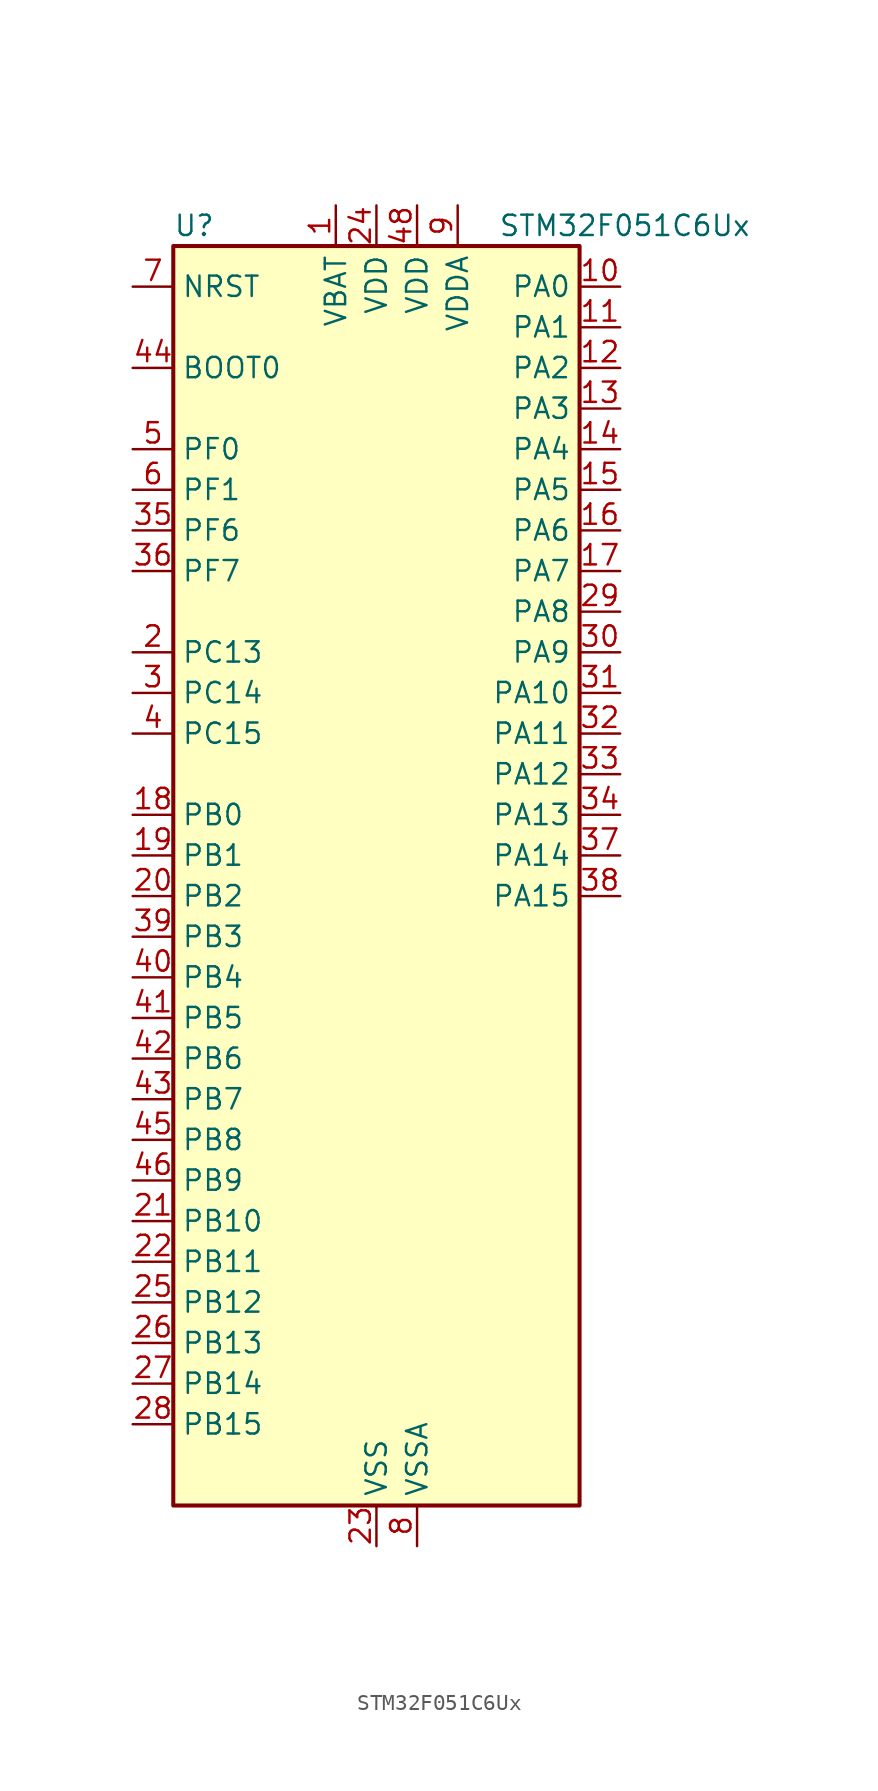
<source format=kicad_sym>
(kicad_symbol_lib
  (version 20231120)
  (generator "kicad_symbol_editor")
  (generator_version "8.0")
  (symbol "STM32F051C6Ux"
    (property "Reference" "U"
      (at -12.7 41.91 0)
      (effects (font (size 1.27 1.27)) (justify left)))
    (property "Value" "STM32F051C6Ux"
      (at 7.62 41.91 0)
      (effects (font (size 1.27 1.27)) (justify left)))
    (property "ki_locked" ""
      (at 0 0 0)
      (effects (font (size 1.27 1.27))))
    (symbol "STM32F051C6Ux_0_1"
      (rectangle (start -12.7 -38.1) (end 12.7 40.64) (stroke (width 0.254) (type default)) (fill (type background))))
    (symbol "STM32F051C6Ux_1_1"
      (pin power_in line (at -2.54 43.18 270) (length 2.54) (name "VBAT" (effects (font (size 1.27 1.27)))) (number "1" (effects (font (size 1.27 1.27)))))
      (pin bidirectional line (at 15.24 38.1 180) (length 2.54) (name "PA0" (effects (font (size 1.27 1.27)))) (number "10" (effects (font (size 1.27 1.27)))) (alternate "ADC_IN0" bidirectional line) (alternate "COMP1_INM" bidirectional line) (alternate "COMP1_OUT" bidirectional line) (alternate "RTC_TAMP2" bidirectional line) (alternate "SYS_WKUP1" bidirectional line) (alternate "TIM2_CH1" bidirectional line) (alternate "TIM2_ETR" bidirectional line) (alternate "TSC_G1_IO1" bidirectional line) (alternate "USART2_CTS" bidirectional line))
      (pin bidirectional line (at 15.24 35.56 180) (length 2.54) (name "PA1" (effects (font (size 1.27 1.27)))) (number "11" (effects (font (size 1.27 1.27)))) (alternate "ADC_IN1" bidirectional line) (alternate "COMP1_INP" bidirectional line) (alternate "TIM2_CH2" bidirectional line) (alternate "TSC_G1_IO2" bidirectional line) (alternate "USART2_DE" bidirectional line) (alternate "USART2_RTS" bidirectional line))
      (pin bidirectional line (at 15.24 33.02 180) (length 2.54) (name "PA2" (effects (font (size 1.27 1.27)))) (number "12" (effects (font (size 1.27 1.27)))) (alternate "ADC_IN2" bidirectional line) (alternate "COMP2_INM" bidirectional line) (alternate "COMP2_OUT" bidirectional line) (alternate "TIM15_CH1" bidirectional line) (alternate "TIM2_CH3" bidirectional line) (alternate "TSC_G1_IO3" bidirectional line) (alternate "USART2_TX" bidirectional line))
      (pin bidirectional line (at 15.24 30.48 180) (length 2.54) (name "PA3" (effects (font (size 1.27 1.27)))) (number "13" (effects (font (size 1.27 1.27)))) (alternate "ADC_IN3" bidirectional line) (alternate "COMP2_INP" bidirectional line) (alternate "TIM15_CH2" bidirectional line) (alternate "TIM2_CH4" bidirectional line) (alternate "TSC_G1_IO4" bidirectional line) (alternate "USART2_RX" bidirectional line))
      (pin bidirectional line (at 15.24 27.94 180) (length 2.54) (name "PA4" (effects (font (size 1.27 1.27)))) (number "14" (effects (font (size 1.27 1.27)))) (alternate "ADC_IN4" bidirectional line) (alternate "COMP1_INM" bidirectional line) (alternate "COMP2_INM" bidirectional line) (alternate "DAC1_OUT1" bidirectional line) (alternate "I2S1_WS" bidirectional line) (alternate "SPI1_NSS" bidirectional line) (alternate "TIM14_CH1" bidirectional line) (alternate "TSC_G2_IO1" bidirectional line) (alternate "USART2_CK" bidirectional line))
      (pin bidirectional line (at 15.24 25.4 180) (length 2.54) (name "PA5" (effects (font (size 1.27 1.27)))) (number "15" (effects (font (size 1.27 1.27)))) (alternate "ADC_IN5" bidirectional line) (alternate "CEC" bidirectional line) (alternate "COMP1_INM" bidirectional line) (alternate "COMP2_INM" bidirectional line) (alternate "I2S1_CK" bidirectional line) (alternate "SPI1_SCK" bidirectional line) (alternate "TIM2_CH1" bidirectional line) (alternate "TIM2_ETR" bidirectional line) (alternate "TSC_G2_IO2" bidirectional line))
      (pin bidirectional line (at 15.24 22.86 180) (length 2.54) (name "PA6" (effects (font (size 1.27 1.27)))) (number "16" (effects (font (size 1.27 1.27)))) (alternate "ADC_IN6" bidirectional line) (alternate "COMP1_OUT" bidirectional line) (alternate "I2S1_MCK" bidirectional line) (alternate "SPI1_MISO" bidirectional line) (alternate "TIM16_CH1" bidirectional line) (alternate "TIM1_BKIN" bidirectional line) (alternate "TIM3_CH1" bidirectional line) (alternate "TSC_G2_IO3" bidirectional line))
      (pin bidirectional line (at 15.24 20.32 180) (length 2.54) (name "PA7" (effects (font (size 1.27 1.27)))) (number "17" (effects (font (size 1.27 1.27)))) (alternate "ADC_IN7" bidirectional line) (alternate "COMP2_OUT" bidirectional line) (alternate "I2S1_SD" bidirectional line) (alternate "SPI1_MOSI" bidirectional line) (alternate "TIM14_CH1" bidirectional line) (alternate "TIM17_CH1" bidirectional line) (alternate "TIM1_CH1N" bidirectional line) (alternate "TIM3_CH2" bidirectional line) (alternate "TSC_G2_IO4" bidirectional line))
      (pin bidirectional line (at -15.24 5.08 0) (length 2.54) (name "PB0" (effects (font (size 1.27 1.27)))) (number "18" (effects (font (size 1.27 1.27)))) (alternate "ADC_IN8" bidirectional line) (alternate "TIM1_CH2N" bidirectional line) (alternate "TIM3_CH3" bidirectional line) (alternate "TSC_G3_IO2" bidirectional line))
      (pin bidirectional line (at -15.24 2.54 0) (length 2.54) (name "PB1" (effects (font (size 1.27 1.27)))) (number "19" (effects (font (size 1.27 1.27)))) (alternate "ADC_IN9" bidirectional line) (alternate "TIM14_CH1" bidirectional line) (alternate "TIM1_CH3N" bidirectional line) (alternate "TIM3_CH4" bidirectional line) (alternate "TSC_G3_IO3" bidirectional line))
      (pin bidirectional line (at -15.24 15.24 0) (length 2.54) (name "PC13" (effects (font (size 1.27 1.27)))) (number "2" (effects (font (size 1.27 1.27)))) (alternate "RTC_OUT_ALARM" bidirectional line) (alternate "RTC_OUT_CALIB" bidirectional line) (alternate "RTC_TAMP1" bidirectional line) (alternate "RTC_TS" bidirectional line) (alternate "SYS_WKUP2" bidirectional line))
      (pin bidirectional line (at -15.24 0 0) (length 2.54) (name "PB2" (effects (font (size 1.27 1.27)))) (number "20" (effects (font (size 1.27 1.27)))) (alternate "TSC_G3_IO4" bidirectional line))
      (pin bidirectional line (at -15.24 -20.32 0) (length 2.54) (name "PB10" (effects (font (size 1.27 1.27)))) (number "21" (effects (font (size 1.27 1.27)))) (alternate "CEC" bidirectional line) (alternate "TIM2_CH3" bidirectional line) (alternate "TSC_SYNC" bidirectional line))
      (pin bidirectional line (at -15.24 -22.86 0) (length 2.54) (name "PB11" (effects (font (size 1.27 1.27)))) (number "22" (effects (font (size 1.27 1.27)))) (alternate "TIM2_CH4" bidirectional line) (alternate "TSC_G6_IO1" bidirectional line))
      (pin power_in line (at 0 -40.64 90) (length 2.54) (name "VSS" (effects (font (size 1.27 1.27)))) (number "23" (effects (font (size 1.27 1.27)))))
      (pin power_in line (at 0 43.18 270) (length 2.54) (name "VDD" (effects (font (size 1.27 1.27)))) (number "24" (effects (font (size 1.27 1.27)))))
      (pin bidirectional line (at -15.24 -25.4 0) (length 2.54) (name "PB12" (effects (font (size 1.27 1.27)))) (number "25" (effects (font (size 1.27 1.27)))) (alternate "TIM1_BKIN" bidirectional line) (alternate "TSC_G6_IO2" bidirectional line))
      (pin bidirectional line (at -15.24 -27.94 0) (length 2.54) (name "PB13" (effects (font (size 1.27 1.27)))) (number "26" (effects (font (size 1.27 1.27)))) (alternate "TIM1_CH1N" bidirectional line) (alternate "TSC_G6_IO3" bidirectional line))
      (pin bidirectional line (at -15.24 -30.48 0) (length 2.54) (name "PB14" (effects (font (size 1.27 1.27)))) (number "27" (effects (font (size 1.27 1.27)))) (alternate "TIM15_CH1" bidirectional line) (alternate "TIM1_CH2N" bidirectional line) (alternate "TSC_G6_IO4" bidirectional line))
      (pin bidirectional line (at -15.24 -33.02 0) (length 2.54) (name "PB15" (effects (font (size 1.27 1.27)))) (number "28" (effects (font (size 1.27 1.27)))) (alternate "RTC_REFIN" bidirectional line) (alternate "TIM15_CH1N" bidirectional line) (alternate "TIM15_CH2" bidirectional line) (alternate "TIM1_CH3N" bidirectional line))
      (pin bidirectional line (at 15.24 17.78 180) (length 2.54) (name "PA8" (effects (font (size 1.27 1.27)))) (number "29" (effects (font (size 1.27 1.27)))) (alternate "RCC_MCO" bidirectional line) (alternate "TIM1_CH1" bidirectional line) (alternate "USART1_CK" bidirectional line))
      (pin bidirectional line (at -15.24 12.7 0) (length 2.54) (name "PC14" (effects (font (size 1.27 1.27)))) (number "3" (effects (font (size 1.27 1.27)))) (alternate "RCC_OSC32_IN" bidirectional line))
      (pin bidirectional line (at 15.24 15.24 180) (length 2.54) (name "PA9" (effects (font (size 1.27 1.27)))) (number "30" (effects (font (size 1.27 1.27)))) (alternate "DAC1_EXTI9" bidirectional line) (alternate "TIM15_BKIN" bidirectional line) (alternate "TIM1_CH2" bidirectional line) (alternate "TSC_G4_IO1" bidirectional line) (alternate "USART1_TX" bidirectional line))
      (pin bidirectional line (at 15.24 12.7 180) (length 2.54) (name "PA10" (effects (font (size 1.27 1.27)))) (number "31" (effects (font (size 1.27 1.27)))) (alternate "TIM17_BKIN" bidirectional line) (alternate "TIM1_CH3" bidirectional line) (alternate "TSC_G4_IO2" bidirectional line) (alternate "USART1_RX" bidirectional line))
      (pin bidirectional line (at 15.24 10.16 180) (length 2.54) (name "PA11" (effects (font (size 1.27 1.27)))) (number "32" (effects (font (size 1.27 1.27)))) (alternate "COMP1_OUT" bidirectional line) (alternate "TIM1_CH4" bidirectional line) (alternate "TSC_G4_IO3" bidirectional line) (alternate "USART1_CTS" bidirectional line))
      (pin bidirectional line (at 15.24 7.62 180) (length 2.54) (name "PA12" (effects (font (size 1.27 1.27)))) (number "33" (effects (font (size 1.27 1.27)))) (alternate "COMP2_OUT" bidirectional line) (alternate "TIM1_ETR" bidirectional line) (alternate "TSC_G4_IO4" bidirectional line) (alternate "USART1_DE" bidirectional line) (alternate "USART1_RTS" bidirectional line))
      (pin bidirectional line (at 15.24 5.08 180) (length 2.54) (name "PA13" (effects (font (size 1.27 1.27)))) (number "34" (effects (font (size 1.27 1.27)))) (alternate "IR_OUT" bidirectional line) (alternate "SYS_SWDIO" bidirectional line))
      (pin bidirectional line (at -15.24 22.86 0) (length 2.54) (name "PF6" (effects (font (size 1.27 1.27)))) (number "35" (effects (font (size 1.27 1.27)))))
      (pin bidirectional line (at -15.24 20.32 0) (length 2.54) (name "PF7" (effects (font (size 1.27 1.27)))) (number "36" (effects (font (size 1.27 1.27)))))
      (pin bidirectional line (at 15.24 2.54 180) (length 2.54) (name "PA14" (effects (font (size 1.27 1.27)))) (number "37" (effects (font (size 1.27 1.27)))) (alternate "SYS_SWCLK" bidirectional line) (alternate "USART2_TX" bidirectional line))
      (pin bidirectional line (at 15.24 0 180) (length 2.54) (name "PA15" (effects (font (size 1.27 1.27)))) (number "38" (effects (font (size 1.27 1.27)))) (alternate "I2S1_WS" bidirectional line) (alternate "SPI1_NSS" bidirectional line) (alternate "TIM2_CH1" bidirectional line) (alternate "TIM2_ETR" bidirectional line) (alternate "USART2_RX" bidirectional line))
      (pin bidirectional line (at -15.24 -2.54 0) (length 2.54) (name "PB3" (effects (font (size 1.27 1.27)))) (number "39" (effects (font (size 1.27 1.27)))) (alternate "I2S1_CK" bidirectional line) (alternate "SPI1_SCK" bidirectional line) (alternate "TIM2_CH2" bidirectional line) (alternate "TSC_G5_IO1" bidirectional line))
      (pin bidirectional line (at -15.24 10.16 0) (length 2.54) (name "PC15" (effects (font (size 1.27 1.27)))) (number "4" (effects (font (size 1.27 1.27)))) (alternate "RCC_OSC32_OUT" bidirectional line))
      (pin bidirectional line (at -15.24 -5.08 0) (length 2.54) (name "PB4" (effects (font (size 1.27 1.27)))) (number "40" (effects (font (size 1.27 1.27)))) (alternate "I2S1_MCK" bidirectional line) (alternate "SPI1_MISO" bidirectional line) (alternate "TIM3_CH1" bidirectional line) (alternate "TSC_G5_IO2" bidirectional line))
      (pin bidirectional line (at -15.24 -7.62 0) (length 2.54) (name "PB5" (effects (font (size 1.27 1.27)))) (number "41" (effects (font (size 1.27 1.27)))) (alternate "I2C1_SMBA" bidirectional line) (alternate "I2S1_SD" bidirectional line) (alternate "SPI1_MOSI" bidirectional line) (alternate "TIM16_BKIN" bidirectional line) (alternate "TIM3_CH2" bidirectional line))
      (pin bidirectional line (at -15.24 -10.16 0) (length 2.54) (name "PB6" (effects (font (size 1.27 1.27)))) (number "42" (effects (font (size 1.27 1.27)))) (alternate "I2C1_SCL" bidirectional line) (alternate "TIM16_CH1N" bidirectional line) (alternate "TSC_G5_IO3" bidirectional line) (alternate "USART1_TX" bidirectional line))
      (pin bidirectional line (at -15.24 -12.7 0) (length 2.54) (name "PB7" (effects (font (size 1.27 1.27)))) (number "43" (effects (font (size 1.27 1.27)))) (alternate "I2C1_SDA" bidirectional line) (alternate "TIM17_CH1N" bidirectional line) (alternate "TSC_G5_IO4" bidirectional line) (alternate "USART1_RX" bidirectional line))
      (pin input line (at -15.24 33.02 0) (length 2.54) (name "BOOT0" (effects (font (size 1.27 1.27)))) (number "44" (effects (font (size 1.27 1.27)))))
      (pin bidirectional line (at -15.24 -15.24 0) (length 2.54) (name "PB8" (effects (font (size 1.27 1.27)))) (number "45" (effects (font (size 1.27 1.27)))) (alternate "CEC" bidirectional line) (alternate "I2C1_SCL" bidirectional line) (alternate "TIM16_CH1" bidirectional line) (alternate "TSC_SYNC" bidirectional line))
      (pin bidirectional line (at -15.24 -17.78 0) (length 2.54) (name "PB9" (effects (font (size 1.27 1.27)))) (number "46" (effects (font (size 1.27 1.27)))) (alternate "DAC1_EXTI9" bidirectional line) (alternate "I2C1_SDA" bidirectional line) (alternate "IR_OUT" bidirectional line) (alternate "TIM17_CH1" bidirectional line))
      (pin passive line (at 0 -40.64 90) (length 2.54) hide (name "VSS" (effects (font (size 1.27 1.27)))) (number "47" (effects (font (size 1.27 1.27)))))
      (pin power_in line (at 2.54 43.18 270) (length 2.54) (name "VDD" (effects (font (size 1.27 1.27)))) (number "48" (effects (font (size 1.27 1.27)))))
      (pin passive line (at 0 -40.64 90) (length 2.54) hide (name "VSS" (effects (font (size 1.27 1.27)))) (number "49" (effects (font (size 1.27 1.27)))))
      (pin bidirectional line (at -15.24 27.94 0) (length 2.54) (name "PF0" (effects (font (size 1.27 1.27)))) (number "5" (effects (font (size 1.27 1.27)))) (alternate "RCC_OSC_IN" bidirectional line))
      (pin bidirectional line (at -15.24 25.4 0) (length 2.54) (name "PF1" (effects (font (size 1.27 1.27)))) (number "6" (effects (font (size 1.27 1.27)))) (alternate "RCC_OSC_OUT" bidirectional line))
      (pin input line (at -15.24 38.1 0) (length 2.54) (name "NRST" (effects (font (size 1.27 1.27)))) (number "7" (effects (font (size 1.27 1.27)))))
      (pin power_in line (at 2.54 -40.64 90) (length 2.54) (name "VSSA" (effects (font (size 1.27 1.27)))) (number "8" (effects (font (size 1.27 1.27)))))
      (pin power_in line (at 5.08 43.18 270) (length 2.54) (name "VDDA" (effects (font (size 1.27 1.27)))) (number "9" (effects (font (size 1.27 1.27))))))))
</source>
